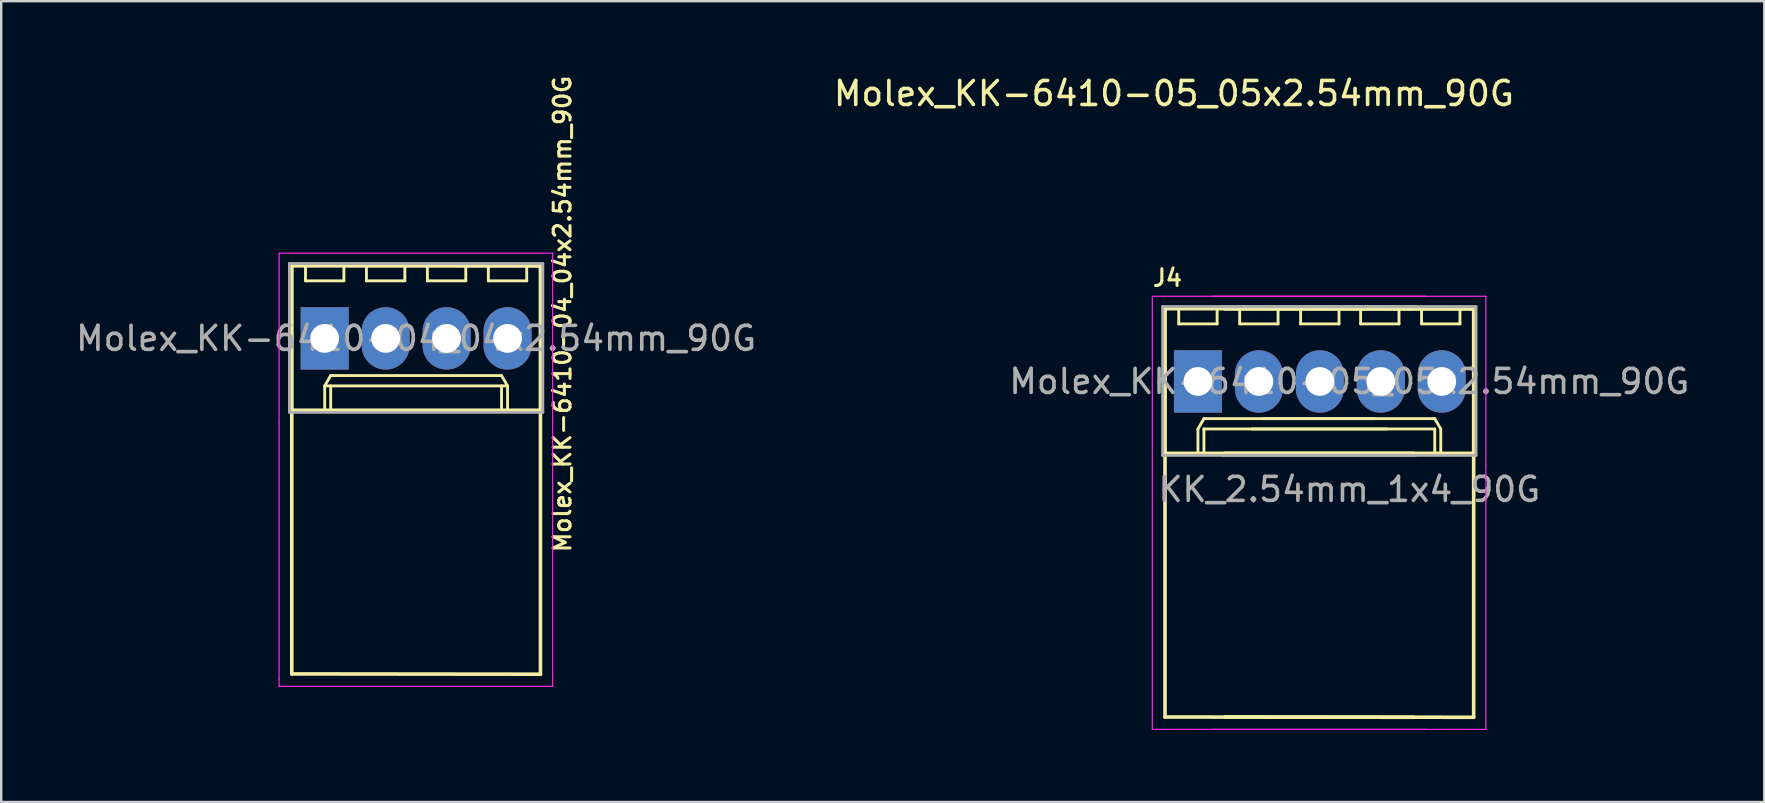
<source format=kicad_pcb>
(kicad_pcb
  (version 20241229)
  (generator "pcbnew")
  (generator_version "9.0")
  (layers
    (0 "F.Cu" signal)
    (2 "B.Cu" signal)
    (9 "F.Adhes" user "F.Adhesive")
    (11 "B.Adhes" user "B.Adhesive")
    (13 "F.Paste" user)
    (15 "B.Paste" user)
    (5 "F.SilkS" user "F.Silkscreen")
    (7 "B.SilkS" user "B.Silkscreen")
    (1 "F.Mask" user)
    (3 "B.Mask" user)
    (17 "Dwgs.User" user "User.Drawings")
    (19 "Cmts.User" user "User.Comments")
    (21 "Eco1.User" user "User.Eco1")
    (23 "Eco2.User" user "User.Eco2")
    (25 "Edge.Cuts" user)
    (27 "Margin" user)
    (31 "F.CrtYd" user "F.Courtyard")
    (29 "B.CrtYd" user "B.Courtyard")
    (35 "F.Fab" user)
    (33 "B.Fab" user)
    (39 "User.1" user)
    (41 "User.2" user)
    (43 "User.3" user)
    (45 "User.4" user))
  (footprint "Molex_KK-6410-05_05x2.54mm_90G"
    (layer "F.Cu")
    (at 46.875 12.848)
    (property "Reference" "Molex_KK-6410-05_05x2.54mm_90G" (at -1 -12 0) (layer "F.SilkS") (effects (font (size 1 1) (thickness 0.15))))
    (attr through_hole)
    (fp_line (start -1.372 -3.035) (end -1.372 -0.013) (stroke (width 0.15) (type solid)) (layer "F.SilkS"))
    (fp_line (start -1.372 -0.076) (end -1.372 0.013) (stroke (width 0.15) (type solid)) (layer "F.SilkS"))
    (fp_line (start -1.372 0) (end -1.372 13.983) (stroke (width 0.15) (type solid)) (layer "F.SilkS"))
    (fp_line (start -1.372 13.983) (end 8.992 13.995) (stroke (width 0.15) (type solid)) (layer "F.SilkS"))
    (fp_line (start -1.37 -3.02) (end -1.37 2.98) (stroke (width 0.12) (type solid)) (layer "F.SilkS"))
    (fp_line (start -1.37 2.98) (end 8.99 2.98) (stroke (width 0.12) (type solid)) (layer "F.SilkS"))
    (fp_line (start -0.8 -3.02) (end -0.8 -2.4) (stroke (width 0.12) (type solid)) (layer "F.SilkS"))
    (fp_line (start -0.8 -2.4) (end 0.8 -2.4) (stroke (width 0.12) (type solid)) (layer "F.SilkS"))
    (fp_line (start 0 1.98) (end 0.25 1.55) (stroke (width 0.12) (type solid)) (layer "F.SilkS"))
    (fp_line (start 0 2.98) (end 0 1.98) (stroke (width 0.12) (type solid)) (layer "F.SilkS"))
    (fp_line (start 0.25 1.55) (end 7.37 1.55) (stroke (width 0.12) (type solid)) (layer "F.SilkS"))
    (fp_line (start 0.25 1.98) (end 7.87 1.98) (stroke (width 0.12) (type solid)) (layer "F.SilkS"))
    (fp_line (start 0.25 2.98) (end 0.25 1.98) (stroke (width 0.12) (type solid)) (layer "F.SilkS"))
    (fp_line (start 0.8 -2.4) (end 0.8 -3.02) (stroke (width 0.12) (type solid)) (layer "F.SilkS"))
    (fp_line (start 1.128 13.983) (end 11.492 13.995) (stroke (width 0.15) (type solid)) (layer "F.SilkS"))
    (fp_line (start 1.13 2.98) (end 11.49 2.98) (stroke (width 0.12) (type solid)) (layer "F.SilkS"))
    (fp_line (start 1.74 -3.02) (end 1.74 -2.4) (stroke (width 0.12) (type solid)) (layer "F.SilkS"))
    (fp_line (start 1.74 -2.4) (end 3.34 -2.4) (stroke (width 0.12) (type solid)) (layer "F.SilkS"))
    (fp_line (start 2.25 1.98) (end 9.87 1.98) (stroke (width 0.12) (type solid)) (layer "F.SilkS"))
    (fp_line (start 2.75 1.55) (end 9.87 1.55) (stroke (width 0.12) (type solid)) (layer "F.SilkS"))
    (fp_line (start 3.34 -2.4) (end 3.34 -3.02) (stroke (width 0.12) (type solid)) (layer "F.SilkS"))
    (fp_line (start 4.28 -3.02) (end 4.28 -2.4) (stroke (width 0.12) (type solid)) (layer "F.SilkS"))
    (fp_line (start 4.28 -2.4) (end 5.88 -2.4) (stroke (width 0.12) (type solid)) (layer "F.SilkS"))
    (fp_line (start 5.88 -2.4) (end 5.88 -3.02) (stroke (width 0.12) (type solid)) (layer "F.SilkS"))
    (fp_line (start 6.78 -3.02) (end 6.78 -2.4) (stroke (width 0.12) (type solid)) (layer "F.SilkS"))
    (fp_line (start 6.78 -2.4) (end 8.38 -2.4) (stroke (width 0.12) (type solid)) (layer "F.SilkS"))
    (fp_line (start 8.38 -2.4) (end 8.38 -3.02) (stroke (width 0.12) (type solid)) (layer "F.SilkS"))
    (fp_line (start 8.99 -3.02) (end -1.37 -3.02) (stroke (width 0.12) (type solid)) (layer "F.SilkS"))
    (fp_line (start 9.32 -3.02) (end 9.32 -2.4) (stroke (width 0.12) (type solid)) (layer "F.SilkS"))
    (fp_line (start 9.32 -2.4) (end 10.92 -2.4) (stroke (width 0.12) (type solid)) (layer "F.SilkS"))
    (fp_line (start 9.87 1.55) (end 10.12 1.98) (stroke (width 0.12) (type solid)) (layer "F.SilkS"))
    (fp_line (start 9.87 2.98) (end 9.87 1.98) (stroke (width 0.12) (type solid)) (layer "F.SilkS"))
    (fp_line (start 10.12 1.98) (end 10.12 2.98) (stroke (width 0.12) (type solid)) (layer "F.SilkS"))
    (fp_line (start 10.92 -2.4) (end 10.92 -3.02) (stroke (width 0.12) (type solid)) (layer "F.SilkS"))
    (fp_line (start 11.49 -3.02) (end 1.13 -3.02) (stroke (width 0.12) (type solid)) (layer "F.SilkS"))
    (fp_line (start 11.49 2.98) (end 11.49 -3.02) (stroke (width 0.12) (type solid)) (layer "F.SilkS"))
    (fp_line (start 11.492 -3.023) (end 1.128 -3.035) (stroke (width 0.15) (type solid)) (layer "F.SilkS"))
    (fp_line (start 11.492 0) (end 11.492 -3.023) (stroke (width 0.15) (type solid)) (layer "F.SilkS"))
    (fp_line (start 11.492 13.995) (end 11.492 0) (stroke (width 0.15) (type solid)) (layer "F.SilkS"))
    (fp_line (start -1.9 -3.55) (end 9.5 -3.55) (stroke (width 0.05) (type solid)) (layer "F.CrtYd"))
    (fp_line (start -1.9 3.5) (end -1.9 -3.55) (stroke (width 0.05) (type solid)) (layer "F.CrtYd"))
    (fp_line (start -1.9 3.5) (end -1.9 14.2) (stroke (width 0.05) (type solid)) (layer "F.CrtYd"))
    (fp_line (start -1.9 14.2) (end -1.9 14.5) (stroke (width 0.05) (type solid)) (layer "F.CrtYd"))
    (fp_line (start 0.6 -3.55) (end 12 -3.55) (stroke (width 0.05) (type solid)) (layer "F.CrtYd"))
    (fp_line (start 9.5 14.5) (end -1.9 14.5) (stroke (width 0.05) (type solid)) (layer "F.CrtYd"))
    (fp_line (start 12 -3.55) (end 12 3.5) (stroke (width 0.05) (type solid)) (layer "F.CrtYd"))
    (fp_line (start 12 3.5) (end 12 14.2) (stroke (width 0.05) (type solid)) (layer "F.CrtYd"))
    (fp_line (start 12 14.2) (end 12 14.5) (stroke (width 0.05) (type solid)) (layer "F.CrtYd"))
    (fp_line (start 12 14.5) (end 0.6 14.5) (stroke (width 0.05) (type solid)) (layer "F.CrtYd"))
    (fp_line (start -1.47 -3.12) (end -1.47 3.08) (stroke (width 0.12) (type solid)) (layer "F.Fab"))
    (fp_line (start -1.47 3.08) (end 9.09 3.08) (stroke (width 0.12) (type solid)) (layer "F.Fab"))
    (fp_line (start 1.03 3.08) (end 11.59 3.08) (stroke (width 0.12) (type solid)) (layer "F.Fab"))
    (fp_line (start 9.09 -3.12) (end -1.47 -3.12) (stroke (width 0.12) (type solid)) (layer "F.Fab"))
    (fp_line (start 11.59 -3.12) (end 1.03 -3.12) (stroke (width 0.12) (type solid)) (layer "F.Fab"))
    (fp_line (start 11.59 3.08) (end 11.59 -3.12) (stroke (width 0.12) (type solid)) (layer "F.Fab"))
    (fp_text user "J4" (at -1.27 -4.318 180) (layer "F.SilkS") (effects (font (size 0.7 0.7) (thickness 0.127))))
    (fp_text user "${REFERENCE}" (at 6.31 0 0) (layer "F.Fab") (effects (font (size 1 1) (thickness 0.15))))
    (fp_text user "KK_2.54mm_1x4_90G" (at 6.31 4.5 0) (layer "F.Fab") (effects (font (size 1 1) (thickness 0.15))))
    (pad "1" thru_hole rect (at 0 0) (size 2 2.6) (drill 1.2) (layers "*.Cu" "*.Mask"))
    (pad "2" thru_hole oval (at 2.54 0) (size 2 2.6) (drill 1.2) (layers "*.Cu" "*.Mask"))
    (pad "3" thru_hole oval (at 5.08 0) (size 2 2.6) (drill 1.2) (layers "*.Cu" "*.Mask"))
    (pad "4" thru_hole oval (at 7.62 0) (size 2 2.6) (drill 1.2) (layers "*.Cu" "*.Mask"))
    (pad "5" thru_hole oval (at 10.16 0) (size 2 2.6) (drill 1.2) (layers "*.Cu" "*.Mask")))
  (footprint "Molex_KK-6410-04_04x2.54mm_90G"
    (layer "F.Cu")
    (at 10.482 11.053)
    (property "Reference" "Molex_KK-6410-04_04x2.54mm_90G" (at 9.906 -1.016 90) (layer "F.SilkS") (effects (font (size 0.7 0.7) (thickness 0.127))))
    (attr through_hole)
    (fp_line (start -1.372 -3.035) (end -1.372 -0.013) (stroke (width 0.15) (type solid)) (layer "F.SilkS"))
    (fp_line (start -1.372 -0.076) (end -1.372 0.013) (stroke (width 0.15) (type solid)) (layer "F.SilkS"))
    (fp_line (start -1.372 0) (end -1.372 13.983) (stroke (width 0.15) (type solid)) (layer "F.SilkS"))
    (fp_line (start -1.372 13.983) (end 8.992 13.995) (stroke (width 0.15) (type solid)) (layer "F.SilkS"))
    (fp_line (start -1.37 -3.02) (end -1.37 2.98) (stroke (width 0.12) (type solid)) (layer "F.SilkS"))
    (fp_line (start -1.37 2.98) (end 8.99 2.98) (stroke (width 0.12) (type solid)) (layer "F.SilkS"))
    (fp_line (start -0.8 -3.02) (end -0.8 -2.4) (stroke (width 0.12) (type solid)) (layer "F.SilkS"))
    (fp_line (start -0.8 -2.4) (end 0.8 -2.4) (stroke (width 0.12) (type solid)) (layer "F.SilkS"))
    (fp_line (start 0 1.98) (end 0.25 1.55) (stroke (width 0.12) (type solid)) (layer "F.SilkS"))
    (fp_line (start 0 1.98) (end 7.62 1.98) (stroke (width 0.12) (type solid)) (layer "F.SilkS"))
    (fp_line (start 0 2.98) (end 0 1.98) (stroke (width 0.12) (type solid)) (layer "F.SilkS"))
    (fp_line (start 0.25 1.55) (end 7.37 1.55) (stroke (width 0.12) (type solid)) (layer "F.SilkS"))
    (fp_line (start 0.25 2.98) (end 0.25 1.98) (stroke (width 0.12) (type solid)) (layer "F.SilkS"))
    (fp_line (start 0.8 -2.4) (end 0.8 -3.02) (stroke (width 0.12) (type solid)) (layer "F.SilkS"))
    (fp_line (start 1.74 -3.02) (end 1.74 -2.4) (stroke (width 0.12) (type solid)) (layer "F.SilkS"))
    (fp_line (start 1.74 -2.4) (end 3.34 -2.4) (stroke (width 0.12) (type solid)) (layer "F.SilkS"))
    (fp_line (start 3.34 -2.4) (end 3.34 -3.02) (stroke (width 0.12) (type solid)) (layer "F.SilkS"))
    (fp_line (start 4.28 -3.02) (end 4.28 -2.4) (stroke (width 0.12) (type solid)) (layer "F.SilkS"))
    (fp_line (start 4.28 -2.4) (end 5.88 -2.4) (stroke (width 0.12) (type solid)) (layer "F.SilkS"))
    (fp_line (start 5.88 -2.4) (end 5.88 -3.02) (stroke (width 0.12) (type solid)) (layer "F.SilkS"))
    (fp_line (start 6.82 -3.02) (end 6.82 -2.4) (stroke (width 0.12) (type solid)) (layer "F.SilkS"))
    (fp_line (start 6.82 -2.4) (end 8.42 -2.4) (stroke (width 0.12) (type solid)) (layer "F.SilkS"))
    (fp_line (start 7.37 1.55) (end 7.62 1.98) (stroke (width 0.12) (type solid)) (layer "F.SilkS"))
    (fp_line (start 7.37 2.98) (end 7.37 1.98) (stroke (width 0.12) (type solid)) (layer "F.SilkS"))
    (fp_line (start 7.62 1.98) (end 7.62 2.98) (stroke (width 0.12) (type solid)) (layer "F.SilkS"))
    (fp_line (start 8.42 -2.4) (end 8.42 -3.02) (stroke (width 0.12) (type solid)) (layer "F.SilkS"))
    (fp_line (start 8.99 -3.02) (end -1.37 -3.02) (stroke (width 0.12) (type solid)) (layer "F.SilkS"))
    (fp_line (start 8.99 2.98) (end 8.99 -3.02) (stroke (width 0.12) (type solid)) (layer "F.SilkS"))
    (fp_line (start 8.992 -3.023) (end -1.372 -3.035) (stroke (width 0.15) (type solid)) (layer "F.SilkS"))
    (fp_line (start 8.992 0) (end 8.992 -3.023) (stroke (width 0.15) (type solid)) (layer "F.SilkS"))
    (fp_line (start 8.992 13.995) (end 8.992 0) (stroke (width 0.15) (type solid)) (layer "F.SilkS"))
    (fp_line (start -1.9 -3.55) (end 9.5 -3.55) (stroke (width 0.05) (type solid)) (layer "F.CrtYd"))
    (fp_line (start -1.9 3.5) (end -1.9 -3.55) (stroke (width 0.05) (type solid)) (layer "F.CrtYd"))
    (fp_line (start -1.9 3.5) (end -1.9 14.2) (stroke (width 0.05) (type solid)) (layer "F.CrtYd"))
    (fp_line (start -1.9 14.2) (end -1.9 14.5) (stroke (width 0.05) (type solid)) (layer "F.CrtYd"))
    (fp_line (start 9.5 -3.55) (end 9.5 3.5) (stroke (width 0.05) (type solid)) (layer "F.CrtYd"))
    (fp_line (start 9.5 3.5) (end 9.5 14.2) (stroke (width 0.05) (type solid)) (layer "F.CrtYd"))
    (fp_line (start 9.5 14.2) (end 9.5 14.5) (stroke (width 0.05) (type solid)) (layer "F.CrtYd"))
    (fp_line (start 9.5 14.5) (end -1.9 14.5) (stroke (width 0.05) (type solid)) (layer "F.CrtYd"))
    (fp_line (start -1.47 -3.12) (end -1.47 3.08) (stroke (width 0.12) (type solid)) (layer "F.Fab"))
    (fp_line (start -1.47 3.08) (end 9.09 3.08) (stroke (width 0.12) (type solid)) (layer "F.Fab"))
    (fp_line (start 9.09 -3.12) (end -1.47 -3.12) (stroke (width 0.12) (type solid)) (layer "F.Fab"))
    (fp_line (start 9.09 3.08) (end 9.09 -3.12) (stroke (width 0.12) (type solid)) (layer "F.Fab"))
    (fp_text user "${REFERENCE}" (at 3.81 0 0) (layer "F.Fab") (effects (font (size 1 1) (thickness 0.15))))
    (pad "1" thru_hole rect (at 0 0) (size 2 2.6) (drill 1.2) (layers "*.Cu" "*.Mask"))
    (pad "2" thru_hole oval (at 2.54 0) (size 2 2.6) (drill 1.2) (layers "*.Cu" "*.Mask"))
    (pad "3" thru_hole oval (at 5.08 0) (size 2 2.6) (drill 1.2) (layers "*.Cu" "*.Mask"))
    (pad "4" thru_hole oval (at 7.62 0) (size 2 2.6) (drill 1.2) (layers "*.Cu" "*.Mask")))
  (gr_rect
    (start -3 -3)
    (end 70.477 30.373)
    (stroke (width 0.1) (type default))
    (fill no)
    (layer "Edge.Cuts")))
</source>
